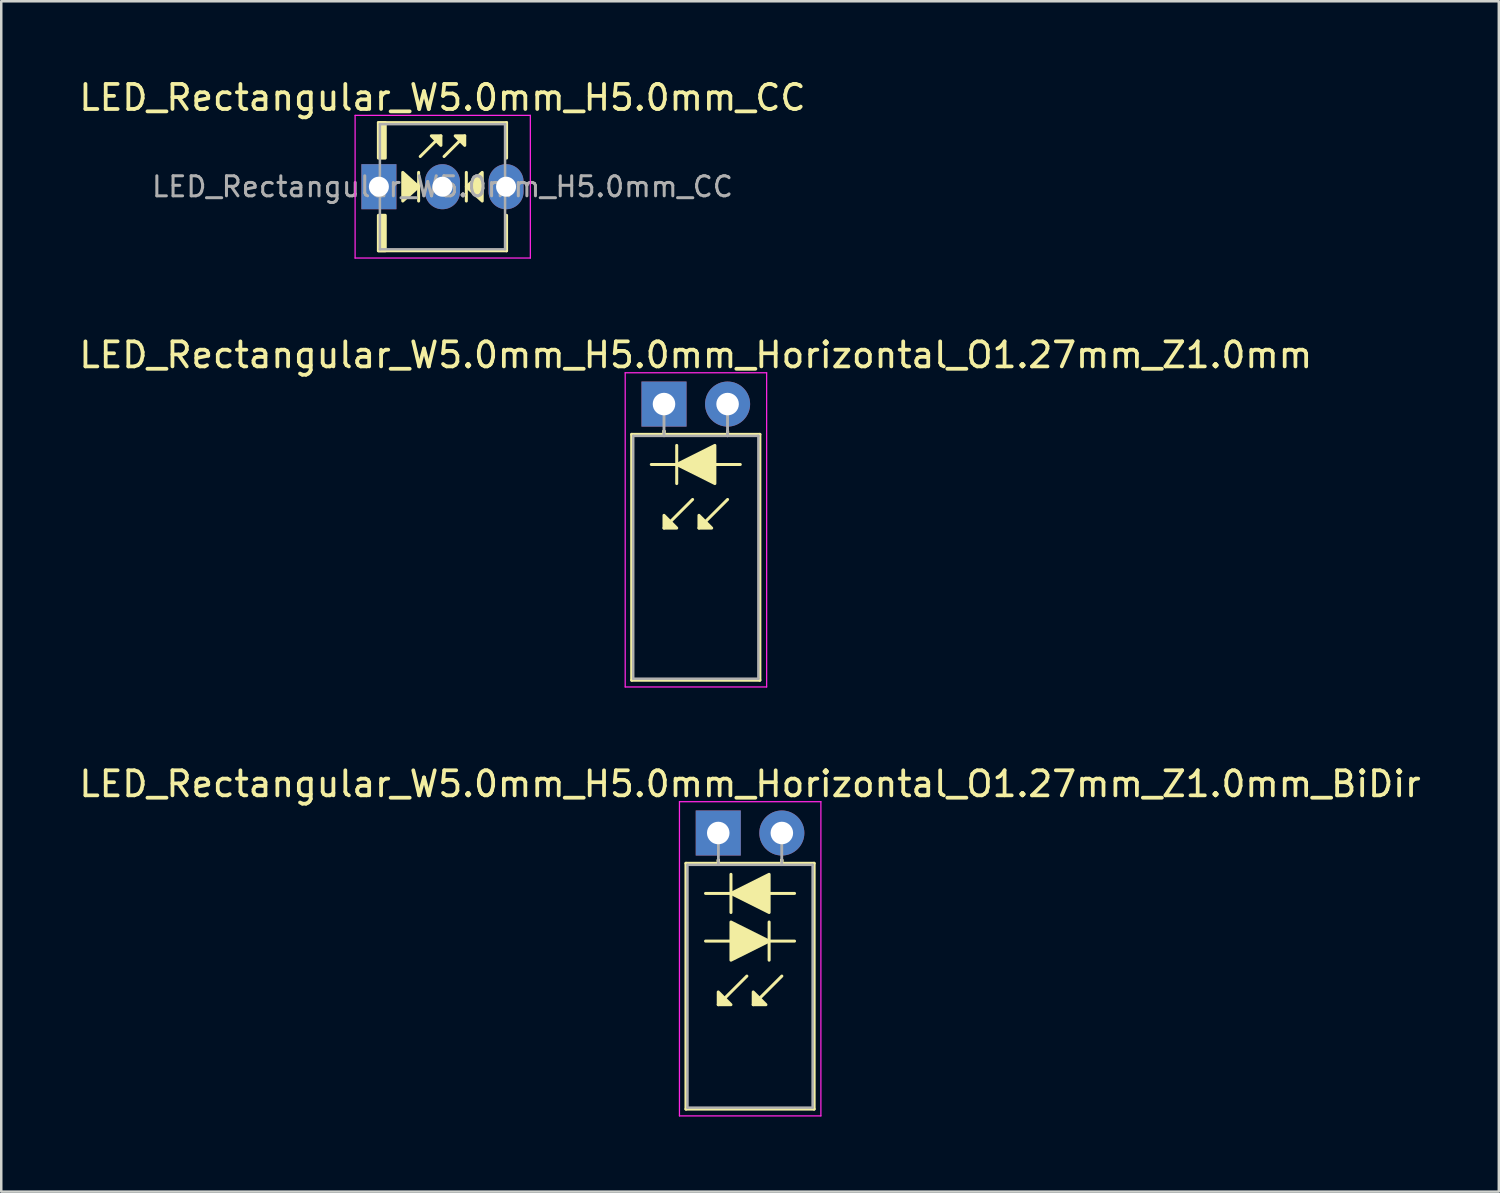
<source format=kicad_pcb>
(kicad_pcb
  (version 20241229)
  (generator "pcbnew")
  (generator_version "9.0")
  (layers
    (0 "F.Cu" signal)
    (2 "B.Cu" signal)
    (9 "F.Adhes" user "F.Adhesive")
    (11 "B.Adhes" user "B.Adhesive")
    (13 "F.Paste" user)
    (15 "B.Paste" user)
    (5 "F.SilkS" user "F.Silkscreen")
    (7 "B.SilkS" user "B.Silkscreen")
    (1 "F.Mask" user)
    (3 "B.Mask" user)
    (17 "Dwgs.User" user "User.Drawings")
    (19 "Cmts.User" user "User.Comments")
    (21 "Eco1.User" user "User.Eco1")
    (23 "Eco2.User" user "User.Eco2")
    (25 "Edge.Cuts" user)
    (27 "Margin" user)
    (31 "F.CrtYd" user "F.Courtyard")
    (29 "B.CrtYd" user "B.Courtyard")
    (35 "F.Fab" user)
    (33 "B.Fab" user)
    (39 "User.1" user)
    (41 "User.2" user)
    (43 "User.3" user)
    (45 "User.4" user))
  (footprint "LED_Rectangular_W5.0mm_H5.0mm_CC"
    (layer "F.Cu")
    (at 12.085 4.408)
    (property "Reference" "LED_Rectangular_W5.0mm_H5.0mm_CC" (at 2.54 -3.56 0) (layer "F.SilkS") (effects (font (size 1 1) (thickness 0.15))))
    (fp_line (start -0.02 -2.56) (end 5.1 -2.56) (stroke (width 0.12) (type solid)) (layer "F.SilkS"))
    (fp_line (start -0.02 2.56) (end 5.1 2.56) (stroke (width 0.12) (type solid)) (layer "F.SilkS"))
    (fp_line (start 1.587 0.572) (end 1.587 -0.572) (stroke (width 0.12) (type solid)) (layer "F.SilkS"))
    (fp_line (start 1.651 -1.206) (end 2.477 -2.032) (stroke (width 0.12) (type solid)) (layer "F.SilkS"))
    (fp_line (start 2.603 -1.206) (end 3.429 -2.032) (stroke (width 0.12) (type solid)) (layer "F.SilkS"))
    (fp_line (start 3.493 -0.572) (end 3.493 0.572) (stroke (width 0.12) (type solid)) (layer "F.SilkS"))
    (fp_line (start 5.1 -2.56) (end 5.1 -1.143) (stroke (width 0.12) (type solid)) (layer "F.SilkS"))
    (fp_line (start 5.1 1.143) (end 5.1 2.56) (stroke (width 0.12) (type solid)) (layer "F.SilkS"))
    (fp_rect (start -0.02 -2.56) (end 0.254 -1.143) (stroke (width 0.12) (type solid)) (fill yes) (layer "F.SilkS"))
    (fp_rect (start -0.02 1.143) (end 0.254 2.56) (stroke (width 0.12) (type solid)) (fill yes) (layer "F.SilkS"))
    (fp_poly (pts (xy 0.953 -0.572) (xy 1.587 0) (xy 0.953 0.572)) (stroke (width 0.12) (type solid)) (fill yes) (layer "F.SilkS"))
    (fp_poly (pts (xy 2.477 -1.651) (xy 2.095 -2.032) (xy 2.477 -2.032)) (stroke (width 0.12) (type solid)) (fill yes) (layer "F.SilkS"))
    (fp_poly (pts (xy 3.429 -1.651) (xy 3.048 -2.032) (xy 3.429 -2.032)) (stroke (width 0.12) (type solid)) (fill yes) (layer "F.SilkS"))
    (fp_poly (pts (xy 4.128 0.572) (xy 3.493 0) (xy 4.128 -0.572)) (stroke (width 0.12) (type solid)) (fill yes) (layer "F.SilkS"))
    (fp_line (start -0.95 -2.85) (end -0.95 2.85) (stroke (width 0.05) (type solid)) (layer "F.CrtYd"))
    (fp_line (start -0.95 2.85) (end 6.05 2.85) (stroke (width 0.05) (type solid)) (layer "F.CrtYd"))
    (fp_line (start 6.05 -2.85) (end -0.95 -2.85) (stroke (width 0.05) (type solid)) (layer "F.CrtYd"))
    (fp_line (start 6.05 2.85) (end 6.05 -2.85) (stroke (width 0.05) (type solid)) (layer "F.CrtYd"))
    (fp_line (start 0.04 -2.5) (end 0.04 2.5) (stroke (width 0.1) (type solid)) (layer "F.Fab"))
    (fp_line (start 0.04 2.5) (end 5.04 2.5) (stroke (width 0.1) (type solid)) (layer "F.Fab"))
    (fp_line (start 5.04 -2.5) (end 0.04 -2.5) (stroke (width 0.1) (type solid)) (layer "F.Fab"))
    (fp_line (start 5.04 2.5) (end 5.04 -2.5) (stroke (width 0.1) (type solid)) (layer "F.Fab"))
    (fp_text user "${REFERENCE}" (at 2.54 0 0) (layer "F.Fab") (effects (font (size 0.8 0.8) (thickness 0.12))))
    (pad "1" thru_hole rect (at 0 0) (size 1.4 1.8) (drill 0.8) (layers "*.Cu" "*.Mask"))
    (pad "2" thru_hole oval (at 2.54 0) (size 1.4 1.8) (drill 0.8) (layers "*.Cu" "*.Mask"))
    (pad "3" thru_hole oval (at 5.08 0) (size 1.4 1.8) (drill 0.8) (layers "*.Cu" "*.Mask")))
  (footprint "LED_Rectangular_W5.0mm_H5.0mm_Horizontal_O1.27mm_Z1.0mm_BiDir"
    (layer "F.Cu")
    (at 25.641 30.225)
    (property "Reference" "LED_Rectangular_W5.0mm_H5.0mm_Horizontal_O1.27mm_Z1.0mm_BiDir" (at 1.27 -1.96 0) (layer "F.SilkS") (effects (font (size 1 1) (thickness 0.15))))
    (fp_line (start -1.29 1.21) (end -1.29 11.03) (stroke (width 0.12) (type solid)) (layer "F.SilkS"))
    (fp_line (start -1.29 11.03) (end 3.83 11.03) (stroke (width 0.12) (type solid)) (layer "F.SilkS"))
    (fp_line (start -0.508 4.318) (end 0.508 4.318) (stroke (width 0.12) (type solid)) (layer "F.SilkS"))
    (fp_line (start 0 1.08) (end 0 1.08) (stroke (width 0.12) (type solid)) (layer "F.SilkS"))
    (fp_line (start 0 1.08) (end 0 1.21) (stroke (width 0.12) (type solid)) (layer "F.SilkS"))
    (fp_line (start 0 1.21) (end 0 1.08) (stroke (width 0.12) (type solid)) (layer "F.SilkS"))
    (fp_line (start 0 1.21) (end 0 1.21) (stroke (width 0.12) (type solid)) (layer "F.SilkS"))
    (fp_line (start 0.508 1.651) (end 0.508 3.175) (stroke (width 0.12) (type solid)) (layer "F.SilkS"))
    (fp_line (start 0.508 2.413) (end -0.508 2.413) (stroke (width 0.12) (type solid)) (layer "F.SilkS"))
    (fp_line (start 1.143 5.715) (end 0 6.858) (stroke (width 0.12) (type solid)) (layer "F.SilkS"))
    (fp_line (start 2.032 4.318) (end 3.048 4.318) (stroke (width 0.12) (type solid)) (layer "F.SilkS"))
    (fp_line (start 2.032 5.08) (end 2.032 3.556) (stroke (width 0.12) (type solid)) (layer "F.SilkS"))
    (fp_line (start 2.54 1.08) (end 2.54 1.08) (stroke (width 0.12) (type solid)) (layer "F.SilkS"))
    (fp_line (start 2.54 1.08) (end 2.54 1.21) (stroke (width 0.12) (type solid)) (layer "F.SilkS"))
    (fp_line (start 2.54 1.21) (end 2.54 1.08) (stroke (width 0.12) (type solid)) (layer "F.SilkS"))
    (fp_line (start 2.54 1.21) (end 2.54 1.21) (stroke (width 0.12) (type solid)) (layer "F.SilkS"))
    (fp_line (start 2.54 5.715) (end 1.397 6.858) (stroke (width 0.12) (type solid)) (layer "F.SilkS"))
    (fp_line (start 3.048 2.413) (end 2.032 2.413) (stroke (width 0.12) (type solid)) (layer "F.SilkS"))
    (fp_line (start 3.83 1.21) (end -1.29 1.21) (stroke (width 0.12) (type solid)) (layer "F.SilkS"))
    (fp_line (start 3.83 11.03) (end 3.83 1.21) (stroke (width 0.12) (type solid)) (layer "F.SilkS"))
    (fp_poly (pts (xy 0 6.35) (xy 0.508 6.858) (xy 0 6.858)) (stroke (width 0.12) (type solid)) (fill yes) (layer "F.SilkS"))
    (fp_poly (pts (xy 0.508 3.556) (xy 2.032 4.318) (xy 0.508 5.08)) (stroke (width 0.12) (type solid)) (fill yes) (layer "F.SilkS"))
    (fp_poly (pts (xy 1.397 6.35) (xy 1.905 6.858) (xy 1.397 6.858)) (stroke (width 0.12) (type solid)) (fill yes) (layer "F.SilkS"))
    (fp_poly (pts (xy 2.032 3.175) (xy 0.508 2.413) (xy 2.032 1.651)) (stroke (width 0.12) (type solid)) (fill yes) (layer "F.SilkS"))
    (fp_line (start -1.55 -1.25) (end -1.55 11.3) (stroke (width 0.05) (type solid)) (layer "F.CrtYd"))
    (fp_line (start -1.55 11.3) (end 4.1 11.3) (stroke (width 0.05) (type solid)) (layer "F.CrtYd"))
    (fp_line (start 4.1 -1.25) (end -1.55 -1.25) (stroke (width 0.05) (type solid)) (layer "F.CrtYd"))
    (fp_line (start 4.1 11.3) (end 4.1 -1.25) (stroke (width 0.05) (type solid)) (layer "F.CrtYd"))
    (fp_line (start -1.23 1.27) (end -1.23 10.97) (stroke (width 0.1) (type solid)) (layer "F.Fab"))
    (fp_line (start -1.23 10.97) (end 3.77 10.97) (stroke (width 0.1) (type solid)) (layer "F.Fab"))
    (fp_line (start 0 0) (end 0 0) (stroke (width 0.1) (type solid)) (layer "F.Fab"))
    (fp_line (start 0 0) (end 0 1.27) (stroke (width 0.1) (type solid)) (layer "F.Fab"))
    (fp_line (start 0 1.27) (end 0 0) (stroke (width 0.1) (type solid)) (layer "F.Fab"))
    (fp_line (start 0 1.27) (end 0 1.27) (stroke (width 0.1) (type solid)) (layer "F.Fab"))
    (fp_line (start 2.54 0) (end 2.54 0) (stroke (width 0.1) (type solid)) (layer "F.Fab"))
    (fp_line (start 2.54 0) (end 2.54 1.27) (stroke (width 0.1) (type solid)) (layer "F.Fab"))
    (fp_line (start 2.54 1.27) (end 2.54 0) (stroke (width 0.1) (type solid)) (layer "F.Fab"))
    (fp_line (start 2.54 1.27) (end 2.54 1.27) (stroke (width 0.1) (type solid)) (layer "F.Fab"))
    (fp_line (start 3.77 1.27) (end -1.23 1.27) (stroke (width 0.1) (type solid)) (layer "F.Fab"))
    (fp_line (start 3.77 10.97) (end 3.77 1.27) (stroke (width 0.1) (type solid)) (layer "F.Fab"))
    (pad "1" thru_hole rect (at 0 0) (size 1.8 1.8) (drill 0.9) (layers "*.Cu" "*.Mask"))
    (pad "2" thru_hole circle (at 2.54 0) (size 1.8 1.8) (drill 0.9) (layers "*.Cu" "*.Mask")))
  (footprint "LED_Rectangular_W5.0mm_H5.0mm_Horizontal_O1.27mm_Z1.0mm"
    (layer "F.Cu")
    (at 23.474 13.091)
    (property "Reference" "LED_Rectangular_W5.0mm_H5.0mm_Horizontal_O1.27mm_Z1.0mm" (at 1.27 -1.96 0) (layer "F.SilkS") (effects (font (size 1 1) (thickness 0.15))))
    (fp_line (start -1.29 1.21) (end -1.29 11.03) (stroke (width 0.12) (type solid)) (layer "F.SilkS"))
    (fp_line (start -1.29 11.03) (end 3.83 11.03) (stroke (width 0.12) (type solid)) (layer "F.SilkS"))
    (fp_line (start 0 1.08) (end 0 1.08) (stroke (width 0.12) (type solid)) (layer "F.SilkS"))
    (fp_line (start 0 1.08) (end 0 1.21) (stroke (width 0.12) (type solid)) (layer "F.SilkS"))
    (fp_line (start 0 1.21) (end 0 1.08) (stroke (width 0.12) (type solid)) (layer "F.SilkS"))
    (fp_line (start 0 1.21) (end 0 1.21) (stroke (width 0.12) (type solid)) (layer "F.SilkS"))
    (fp_line (start 0.508 1.651) (end 0.508 3.175) (stroke (width 0.12) (type solid)) (layer "F.SilkS"))
    (fp_line (start 0.508 2.413) (end -0.508 2.413) (stroke (width 0.12) (type solid)) (layer "F.SilkS"))
    (fp_line (start 1.143 3.81) (end 0 4.953) (stroke (width 0.12) (type solid)) (layer "F.SilkS"))
    (fp_line (start 2.54 1.08) (end 2.54 1.08) (stroke (width 0.12) (type solid)) (layer "F.SilkS"))
    (fp_line (start 2.54 1.08) (end 2.54 1.21) (stroke (width 0.12) (type solid)) (layer "F.SilkS"))
    (fp_line (start 2.54 1.21) (end 2.54 1.08) (stroke (width 0.12) (type solid)) (layer "F.SilkS"))
    (fp_line (start 2.54 1.21) (end 2.54 1.21) (stroke (width 0.12) (type solid)) (layer "F.SilkS"))
    (fp_line (start 2.54 3.81) (end 1.397 4.953) (stroke (width 0.12) (type solid)) (layer "F.SilkS"))
    (fp_line (start 3.048 2.413) (end 2.032 2.413) (stroke (width 0.12) (type solid)) (layer "F.SilkS"))
    (fp_line (start 3.83 1.21) (end -1.29 1.21) (stroke (width 0.12) (type solid)) (layer "F.SilkS"))
    (fp_line (start 3.83 11.03) (end 3.83 1.21) (stroke (width 0.12) (type solid)) (layer "F.SilkS"))
    (fp_poly (pts (xy 0 4.445) (xy 0.508 4.953) (xy 0 4.953)) (stroke (width 0.12) (type solid)) (fill yes) (layer "F.SilkS"))
    (fp_poly (pts (xy 1.397 4.445) (xy 1.905 4.953) (xy 1.397 4.953)) (stroke (width 0.12) (type solid)) (fill yes) (layer "F.SilkS"))
    (fp_poly (pts (xy 2.032 3.175) (xy 0.508 2.413) (xy 2.032 1.651)) (stroke (width 0.12) (type solid)) (fill yes) (layer "F.SilkS"))
    (fp_line (start -1.55 -1.25) (end -1.55 11.3) (stroke (width 0.05) (type solid)) (layer "F.CrtYd"))
    (fp_line (start -1.55 11.3) (end 4.1 11.3) (stroke (width 0.05) (type solid)) (layer "F.CrtYd"))
    (fp_line (start 4.1 -1.25) (end -1.55 -1.25) (stroke (width 0.05) (type solid)) (layer "F.CrtYd"))
    (fp_line (start 4.1 11.3) (end 4.1 -1.25) (stroke (width 0.05) (type solid)) (layer "F.CrtYd"))
    (fp_line (start -1.23 1.27) (end -1.23 10.97) (stroke (width 0.1) (type solid)) (layer "F.Fab"))
    (fp_line (start -1.23 10.97) (end 3.77 10.97) (stroke (width 0.1) (type solid)) (layer "F.Fab"))
    (fp_line (start 0 0) (end 0 0) (stroke (width 0.1) (type solid)) (layer "F.Fab"))
    (fp_line (start 0 0) (end 0 1.27) (stroke (width 0.1) (type solid)) (layer "F.Fab"))
    (fp_line (start 0 1.27) (end 0 0) (stroke (width 0.1) (type solid)) (layer "F.Fab"))
    (fp_line (start 0 1.27) (end 0 1.27) (stroke (width 0.1) (type solid)) (layer "F.Fab"))
    (fp_line (start 2.54 0) (end 2.54 0) (stroke (width 0.1) (type solid)) (layer "F.Fab"))
    (fp_line (start 2.54 0) (end 2.54 1.27) (stroke (width 0.1) (type solid)) (layer "F.Fab"))
    (fp_line (start 2.54 1.27) (end 2.54 0) (stroke (width 0.1) (type solid)) (layer "F.Fab"))
    (fp_line (start 2.54 1.27) (end 2.54 1.27) (stroke (width 0.1) (type solid)) (layer "F.Fab"))
    (fp_line (start 3.77 1.27) (end -1.23 1.27) (stroke (width 0.1) (type solid)) (layer "F.Fab"))
    (fp_line (start 3.77 10.97) (end 3.77 1.27) (stroke (width 0.1) (type solid)) (layer "F.Fab"))
    (pad "1" thru_hole rect (at 0 0) (size 1.8 1.8) (drill 0.9) (layers "*.Cu" "*.Mask"))
    (pad "2" thru_hole circle (at 2.54 0) (size 1.8 1.8) (drill 0.9) (layers "*.Cu" "*.Mask")))
  (gr_rect
    (start -3 -3)
    (end 56.821 44.55)
    (stroke (width 0.1) (type default))
    (fill no)
    (layer "Edge.Cuts")))
</source>
